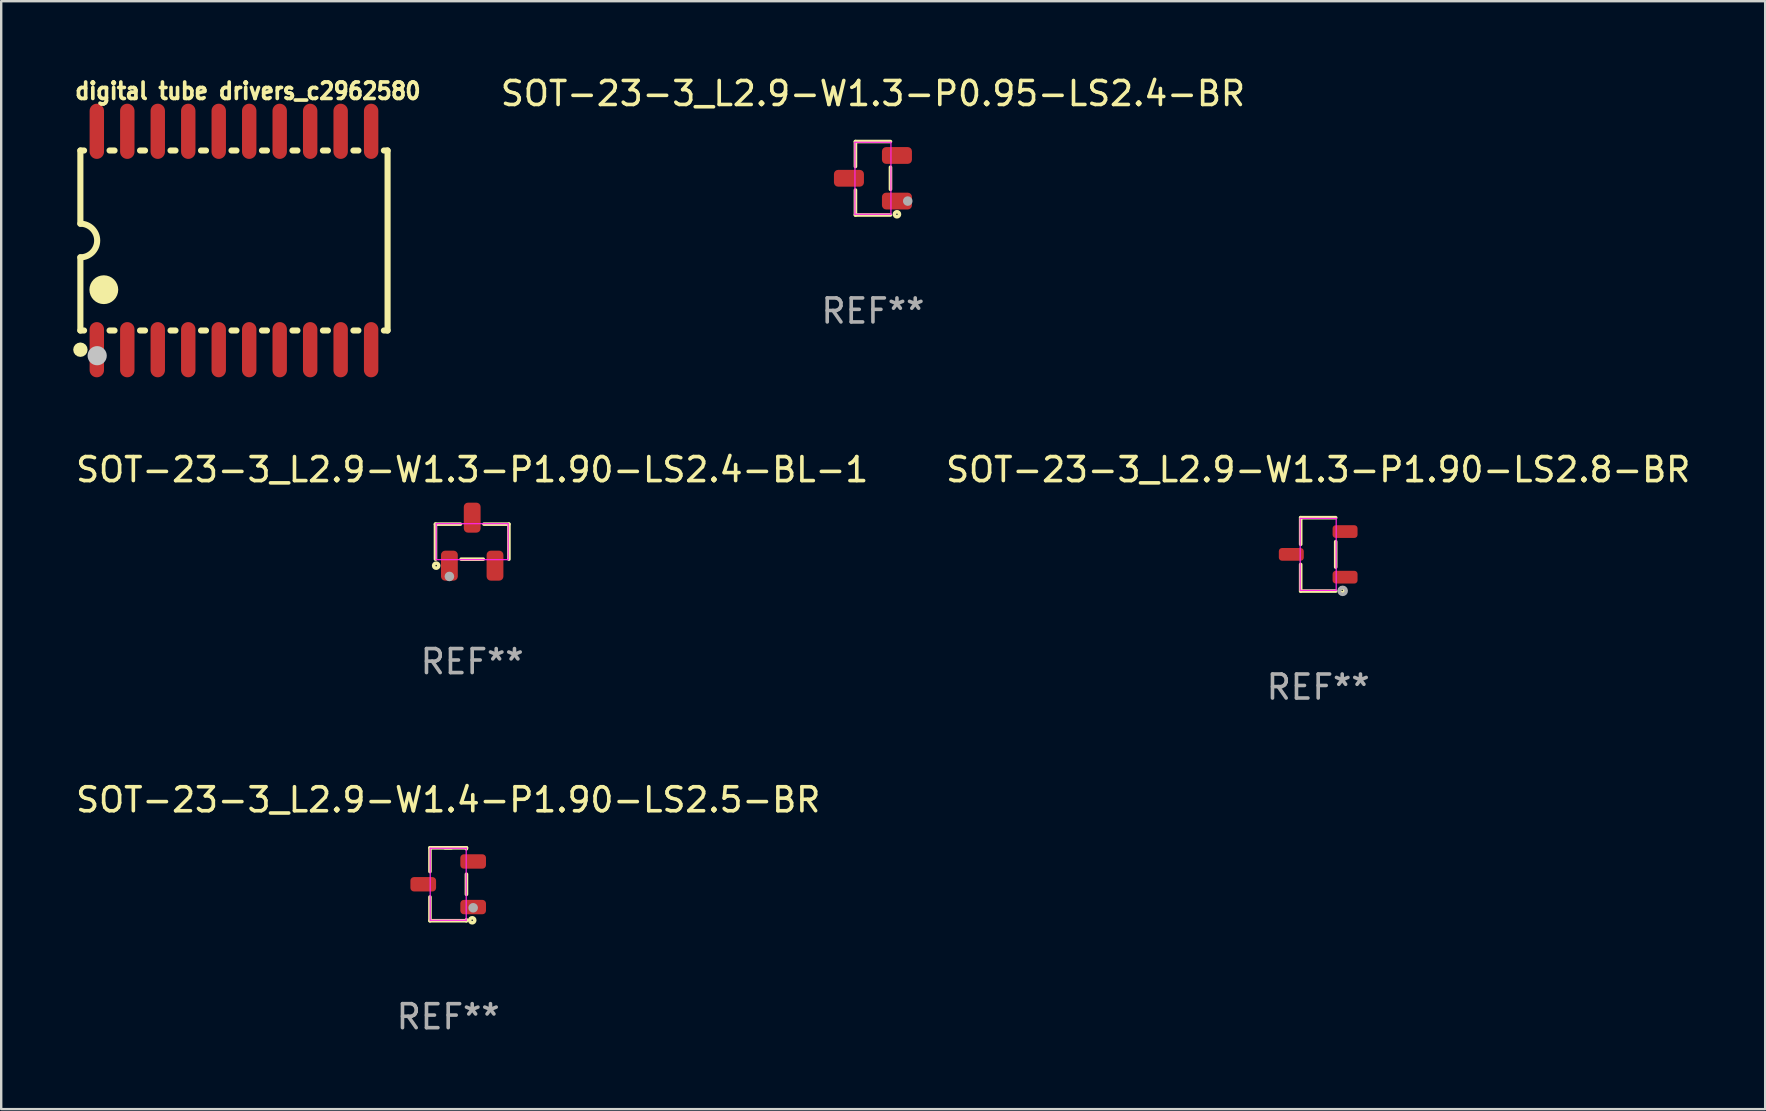
<source format=kicad_pcb>
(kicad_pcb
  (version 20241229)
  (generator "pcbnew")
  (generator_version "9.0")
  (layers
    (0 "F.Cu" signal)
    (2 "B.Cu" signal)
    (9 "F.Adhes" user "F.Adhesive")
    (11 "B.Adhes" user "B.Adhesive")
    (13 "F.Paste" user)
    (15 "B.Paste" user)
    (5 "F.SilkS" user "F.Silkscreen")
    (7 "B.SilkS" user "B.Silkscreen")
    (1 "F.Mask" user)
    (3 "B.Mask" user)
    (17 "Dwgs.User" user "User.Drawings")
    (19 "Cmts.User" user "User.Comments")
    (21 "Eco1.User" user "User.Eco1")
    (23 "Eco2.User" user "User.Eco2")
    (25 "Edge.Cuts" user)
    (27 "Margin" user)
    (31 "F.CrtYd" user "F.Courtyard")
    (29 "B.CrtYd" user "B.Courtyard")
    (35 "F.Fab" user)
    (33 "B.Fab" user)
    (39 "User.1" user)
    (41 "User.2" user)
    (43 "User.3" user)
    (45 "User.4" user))
  (footprint "SOT-23-3_L2.9-W1.4-P1.90-LS2.5-BR"
    (layer "F.Cu")
    (at 15.625 33.795)
    (property "Reference" "SOT-23-3_L2.9-W1.4-P1.90-LS2.5-BR" (at 0 -3.52 0) (layer "F.SilkS") (effects (font (size 1 1) (thickness 0.15))))
    (attr smd)
    (fp_line (start -0.76 -1.52) (end 0.13 -1.52) (stroke (width 0.15) (type solid)) (layer "F.SilkS"))
    (fp_line (start -0.76 -0.53) (end -0.76 -1.52) (stroke (width 0.15) (type solid)) (layer "F.SilkS"))
    (fp_line (start -0.76 1.52) (end -0.76 0.53) (stroke (width 0.15) (type solid)) (layer "F.SilkS"))
    (fp_line (start -0.13 -1.52) (end 0.76 -1.52) (stroke (width 0.15) (type solid)) (layer "F.SilkS"))
    (fp_line (start 0.76 -1.52) (end 0.76 -1.48) (stroke (width 0.15) (type solid)) (layer "F.SilkS"))
    (fp_line (start 0.76 -0.42) (end 0.76 0.42) (stroke (width 0.15) (type solid)) (layer "F.SilkS"))
    (fp_line (start 0.76 1.48) (end 0.76 1.52) (stroke (width 0.15) (type solid)) (layer "F.SilkS"))
    (fp_line (start 0.76 1.52) (end -0.76 1.52) (stroke (width 0.15) (type solid)) (layer "F.SilkS"))
    (fp_circle (center 1 1.5) (end 1.03 1.5) (stroke (width 0.15) (type solid)) (fill no) (layer "F.SilkS"))
    (fp_line (start -0.75 -1.5) (end 0.75 -1.5) (stroke (width 0.05) (type default)) (layer "F.CrtYd"))
    (fp_line (start -0.75 1.5) (end -0.75 -1.5) (stroke (width 0.05) (type default)) (layer "F.CrtYd"))
    (fp_line (start 0.75 -1.5) (end 0.75 1.5) (stroke (width 0.05) (type default)) (layer "F.CrtYd"))
    (fp_line (start 0.75 1.5) (end -0.75 1.5) (stroke (width 0.05) (type default)) (layer "F.CrtYd"))
    (fp_circle (center 1.04 0.98) (end 1.14 0.98) (stroke (width 0.2) (type solid)) (fill no) (layer "F.Fab"))
    (fp_text user "REF**" (at 0 5.52 0) (layer "F.Fab") (effects (font (size 1 1) (thickness 0.15))))
    (pad "1" smd roundrect (at 1.04 0.95) (size 1.07 0.6) (layers "F.Cu" "F.Mask" "F.Paste") (roundrect_rratio 0.25))
    (pad "2" smd roundrect (at 1.04 -0.95) (size 1.07 0.6) (layers "F.Cu" "F.Mask" "F.Paste") (roundrect_rratio 0.25))
    (pad "3" smd roundrect (at -1.04 0) (size 1.07 0.6) (layers "F.Cu" "F.Mask" "F.Paste") (roundrect_rratio 0.25)))
  (footprint "SOT-23-3_L2.9-W1.3-P1.90-LS2.4-BL-1"
    (layer "F.Cu")
    (at 16.625 19.519)
    (property "Reference" "SOT-23-3_L2.9-W1.3-P1.90-LS2.4-BL-1" (at 0 -3 0) (layer "F.SilkS") (effects (font (size 1 1) (thickness 0.15))))
    (attr smd)
    (fp_line (start -1.53 -0.73) (end -0.49 -0.73) (stroke (width 0.15) (type solid)) (layer "F.SilkS"))
    (fp_line (start -1.53 0.73) (end -1.53 -0.73) (stroke (width 0.15) (type solid)) (layer "F.SilkS"))
    (fp_line (start 0.46 0.73) (end -0.46 0.73) (stroke (width 0.15) (type solid)) (layer "F.SilkS"))
    (fp_line (start 1.53 -0.73) (end 0.49 -0.73) (stroke (width 0.15) (type solid)) (layer "F.SilkS"))
    (fp_line (start 1.53 0.73) (end 1.53 -0.73) (stroke (width 0.15) (type solid)) (layer "F.SilkS"))
    (fp_circle (center -1.5 1) (end -1.47 1) (stroke (width 0.15) (type solid)) (fill no) (layer "F.SilkS"))
    (fp_line (start -1.5 -0.75) (end 1.5 -0.75) (stroke (width 0.05) (type default)) (layer "F.CrtYd"))
    (fp_line (start -1.5 0.75) (end -1.5 -0.75) (stroke (width 0.05) (type default)) (layer "F.CrtYd"))
    (fp_line (start 1.5 -0.75) (end 1.5 0.75) (stroke (width 0.05) (type default)) (layer "F.CrtYd"))
    (fp_line (start 1.5 0.75) (end -1.5 0.75) (stroke (width 0.05) (type default)) (layer "F.CrtYd"))
    (fp_circle (center -0.95 1.45) (end -0.85 1.45) (stroke (width 0.2) (type solid)) (fill no) (layer "F.Fab"))
    (fp_text user "REF**" (at 0 5 0) (layer "F.Fab") (effects (font (size 1 1) (thickness 0.15))))
    (pad "1" smd roundrect (at -0.95 1 270) (size 1.25 0.7) (layers "F.Cu" "F.Mask" "F.Paste") (roundrect_rratio 0.25))
    (pad "2" smd roundrect (at 0.95 1 270) (size 1.25 0.7) (layers "F.Cu" "F.Mask" "F.Paste") (roundrect_rratio 0.25))
    (pad "3" smd roundrect (at 0 -1 270) (size 1.25 0.7) (layers "F.Cu" "F.Mask" "F.Paste") (roundrect_rratio 0.25)))
  (footprint "digital tube drivers_c2962580"
    (layer "F.Cu")
    (at 6.699 6.971)
    (property "Reference" "digital tube drivers_c2962580" (at -6.699 -5.827 0) (layer "F.SilkS") (effects (font (size 0.686 0.628) (thickness 0.152)) (justify left bottom)))
    (fp_line (start -6.4 -3.75) (end -6.4 -0.7) (stroke (width 0.254) (type default)) (layer "F.SilkS"))
    (fp_line (start -6.4 -3.75) (end -6.246 -3.75) (stroke (width 0.254) (type default)) (layer "F.SilkS"))
    (fp_line (start -6.4 3.75) (end -6.4 0.7) (stroke (width 0.254) (type default)) (layer "F.SilkS"))
    (fp_line (start -6.246 3.75) (end -6.4 3.75) (stroke (width 0.254) (type default)) (layer "F.SilkS"))
    (fp_line (start -5.184 -3.75) (end -4.976 -3.75) (stroke (width 0.254) (type default)) (layer "F.SilkS"))
    (fp_line (start -4.976 3.75) (end -5.184 3.75) (stroke (width 0.254) (type default)) (layer "F.SilkS"))
    (fp_line (start -3.914 -3.75) (end -3.706 -3.75) (stroke (width 0.254) (type default)) (layer "F.SilkS"))
    (fp_line (start -3.706 3.75) (end -3.914 3.75) (stroke (width 0.254) (type default)) (layer "F.SilkS"))
    (fp_line (start -2.644 -3.75) (end -2.436 -3.75) (stroke (width 0.254) (type default)) (layer "F.SilkS"))
    (fp_line (start -2.436 3.75) (end -2.644 3.75) (stroke (width 0.254) (type default)) (layer "F.SilkS"))
    (fp_line (start -1.374 -3.75) (end -1.166 -3.75) (stroke (width 0.254) (type default)) (layer "F.SilkS"))
    (fp_line (start -1.166 3.75) (end -1.374 3.75) (stroke (width 0.254) (type default)) (layer "F.SilkS"))
    (fp_line (start -0.104 -3.75) (end 0.104 -3.75) (stroke (width 0.254) (type default)) (layer "F.SilkS"))
    (fp_line (start 0.104 3.75) (end -0.104 3.75) (stroke (width 0.254) (type default)) (layer "F.SilkS"))
    (fp_line (start 1.166 -3.75) (end 1.374 -3.75) (stroke (width 0.254) (type default)) (layer "F.SilkS"))
    (fp_line (start 1.374 3.75) (end 1.166 3.75) (stroke (width 0.254) (type default)) (layer "F.SilkS"))
    (fp_line (start 2.436 -3.75) (end 2.644 -3.75) (stroke (width 0.254) (type default)) (layer "F.SilkS"))
    (fp_line (start 2.644 3.75) (end 2.436 3.75) (stroke (width 0.254) (type default)) (layer "F.SilkS"))
    (fp_line (start 3.706 -3.75) (end 3.914 -3.75) (stroke (width 0.254) (type default)) (layer "F.SilkS"))
    (fp_line (start 3.914 3.75) (end 3.706 3.75) (stroke (width 0.254) (type default)) (layer "F.SilkS"))
    (fp_line (start 4.976 -3.75) (end 5.184 -3.75) (stroke (width 0.254) (type default)) (layer "F.SilkS"))
    (fp_line (start 5.184 3.75) (end 4.976 3.75) (stroke (width 0.254) (type default)) (layer "F.SilkS"))
    (fp_line (start 6.246 -3.75) (end 6.4 -3.75) (stroke (width 0.254) (type default)) (layer "F.SilkS"))
    (fp_line (start 6.4 -3.75) (end 6.4 3.75) (stroke (width 0.254) (type default)) (layer "F.SilkS"))
    (fp_line (start 6.4 3.75) (end 6.246 3.75) (stroke (width 0.254) (type default)) (layer "F.SilkS"))
    (fp_arc (start -6.4 -0.7) (mid -5.703986 0.001) (end -6.401 0.701) (stroke (width 0.254) (type default)) (layer "F.SilkS"))
    (fp_arc (start -6.3975 4.4) (mid -6.39825 4.700003) (end -6.4 4.4) (stroke (width 0.3) (type default)) (layer "F.SilkS"))
    (fp_arc (start -5.4205 1.75) (mid -5.423 2.35001) (end -5.4255 1.75) (stroke (width 0.6) (type default)) (layer "F.SilkS"))
    (fp_circle (center -5.7 4.8) (end -5.5 4.8) (stroke (width 0.4) (type default)) (fill no) (layer "Dwgs.User"))
    (fp_poly (pts (xy -5.918 -4.4) (xy -5.918 -5.2) (xy -5.512 -5.2) (xy -5.512 -4.4)) (stroke (width 0.1) (type default)) (fill no) (layer "User.1"))
    (fp_poly (pts (xy -5.918 -3.74) (xy -5.918 -4.41) (xy -5.512 -4.41) (xy -5.512 -3.74)) (stroke (width 0.1) (type default)) (fill no) (layer "User.1"))
    (fp_poly (pts (xy -5.918 4.41) (xy -5.918 3.74) (xy -5.512 3.74) (xy -5.512 4.41)) (stroke (width 0.1) (type default)) (fill no) (layer "User.1"))
    (fp_poly (pts (xy -5.918 5.2) (xy -5.918 4.4) (xy -5.512 4.4) (xy -5.512 5.2)) (stroke (width 0.1) (type default)) (fill no) (layer "User.1"))
    (fp_poly (pts (xy -4.648 -4.4) (xy -4.648 -5.2) (xy -4.242 -5.2) (xy -4.242 -4.4)) (stroke (width 0.1) (type default)) (fill no) (layer "User.1"))
    (fp_poly (pts (xy -4.648 -3.74) (xy -4.648 -4.41) (xy -4.242 -4.41) (xy -4.242 -3.74)) (stroke (width 0.1) (type default)) (fill no) (layer "User.1"))
    (fp_poly (pts (xy -4.648 4.41) (xy -4.648 3.74) (xy -4.242 3.74) (xy -4.242 4.41)) (stroke (width 0.1) (type default)) (fill no) (layer "User.1"))
    (fp_poly (pts (xy -4.648 5.2) (xy -4.648 4.4) (xy -4.242 4.4) (xy -4.242 5.2)) (stroke (width 0.1) (type default)) (fill no) (layer "User.1"))
    (fp_poly (pts (xy -3.378 -4.4) (xy -3.378 -5.2) (xy -2.972 -5.2) (xy -2.972 -4.4)) (stroke (width 0.1) (type default)) (fill no) (layer "User.1"))
    (fp_poly (pts (xy -3.378 -3.74) (xy -3.378 -4.41) (xy -2.972 -4.41) (xy -2.972 -3.74)) (stroke (width 0.1) (type default)) (fill no) (layer "User.1"))
    (fp_poly (pts (xy -3.378 4.41) (xy -3.378 3.74) (xy -2.972 3.74) (xy -2.972 4.41)) (stroke (width 0.1) (type default)) (fill no) (layer "User.1"))
    (fp_poly (pts (xy -3.378 5.2) (xy -3.378 4.4) (xy -2.972 4.4) (xy -2.972 5.2)) (stroke (width 0.1) (type default)) (fill no) (layer "User.1"))
    (fp_poly (pts (xy -2.108 -4.4) (xy -2.108 -5.2) (xy -1.702 -5.2) (xy -1.702 -4.4)) (stroke (width 0.1) (type default)) (fill no) (layer "User.1"))
    (fp_poly (pts (xy -2.108 -3.74) (xy -2.108 -4.41) (xy -1.702 -4.41) (xy -1.702 -3.74)) (stroke (width 0.1) (type default)) (fill no) (layer "User.1"))
    (fp_poly (pts (xy -2.108 4.41) (xy -2.108 3.74) (xy -1.702 3.74) (xy -1.702 4.41)) (stroke (width 0.1) (type default)) (fill no) (layer "User.1"))
    (fp_poly (pts (xy -2.108 5.2) (xy -2.108 4.4) (xy -1.702 4.4) (xy -1.702 5.2)) (stroke (width 0.1) (type default)) (fill no) (layer "User.1"))
    (fp_poly (pts (xy -0.838 -4.4) (xy -0.838 -5.2) (xy -0.432 -5.2) (xy -0.432 -4.4)) (stroke (width 0.1) (type default)) (fill no) (layer "User.1"))
    (fp_poly (pts (xy -0.838 -3.74) (xy -0.838 -4.41) (xy -0.432 -4.41) (xy -0.432 -3.74)) (stroke (width 0.1) (type default)) (fill no) (layer "User.1"))
    (fp_poly (pts (xy -0.838 4.41) (xy -0.838 3.74) (xy -0.432 3.74) (xy -0.432 4.41)) (stroke (width 0.1) (type default)) (fill no) (layer "User.1"))
    (fp_poly (pts (xy -0.838 5.2) (xy -0.838 4.4) (xy -0.432 4.4) (xy -0.432 5.2)) (stroke (width 0.1) (type default)) (fill no) (layer "User.1"))
    (fp_poly (pts (xy 0.432 -4.4) (xy 0.432 -5.2) (xy 0.838 -5.2) (xy 0.838 -4.4)) (stroke (width 0.1) (type default)) (fill no) (layer "User.1"))
    (fp_poly (pts (xy 0.432 -3.74) (xy 0.432 -4.41) (xy 0.838 -4.41) (xy 0.838 -3.74)) (stroke (width 0.1) (type default)) (fill no) (layer "User.1"))
    (fp_poly (pts (xy 0.432 4.41) (xy 0.432 3.74) (xy 0.838 3.74) (xy 0.838 4.41)) (stroke (width 0.1) (type default)) (fill no) (layer "User.1"))
    (fp_poly (pts (xy 0.432 5.2) (xy 0.432 4.4) (xy 0.838 4.4) (xy 0.838 5.2)) (stroke (width 0.1) (type default)) (fill no) (layer "User.1"))
    (fp_poly (pts (xy 1.702 -4.4) (xy 1.702 -5.2) (xy 2.108 -5.2) (xy 2.108 -4.4)) (stroke (width 0.1) (type default)) (fill no) (layer "User.1"))
    (fp_poly (pts (xy 1.702 -3.74) (xy 1.702 -4.41) (xy 2.108 -4.41) (xy 2.108 -3.74)) (stroke (width 0.1) (type default)) (fill no) (layer "User.1"))
    (fp_poly (pts (xy 1.702 4.41) (xy 1.702 3.74) (xy 2.108 3.74) (xy 2.108 4.41)) (stroke (width 0.1) (type default)) (fill no) (layer "User.1"))
    (fp_poly (pts (xy 1.702 5.2) (xy 1.702 4.4) (xy 2.108 4.4) (xy 2.108 5.2)) (stroke (width 0.1) (type default)) (fill no) (layer "User.1"))
    (fp_poly (pts (xy 2.972 -4.4) (xy 2.972 -5.2) (xy 3.378 -5.2) (xy 3.378 -4.4)) (stroke (width 0.1) (type default)) (fill no) (layer "User.1"))
    (fp_poly (pts (xy 2.972 -3.74) (xy 2.972 -4.41) (xy 3.378 -4.41) (xy 3.378 -3.74)) (stroke (width 0.1) (type default)) (fill no) (layer "User.1"))
    (fp_poly (pts (xy 2.972 4.41) (xy 2.972 3.74) (xy 3.378 3.74) (xy 3.378 4.41)) (stroke (width 0.1) (type default)) (fill no) (layer "User.1"))
    (fp_poly (pts (xy 2.972 5.2) (xy 2.972 4.4) (xy 3.378 4.4) (xy 3.378 5.2)) (stroke (width 0.1) (type default)) (fill no) (layer "User.1"))
    (fp_poly (pts (xy 4.242 -4.4) (xy 4.242 -5.2) (xy 4.648 -5.2) (xy 4.648 -4.4)) (stroke (width 0.1) (type default)) (fill no) (layer "User.1"))
    (fp_poly (pts (xy 4.242 -3.74) (xy 4.242 -4.41) (xy 4.648 -4.41) (xy 4.648 -3.74)) (stroke (width 0.1) (type default)) (fill no) (layer "User.1"))
    (fp_poly (pts (xy 4.242 4.41) (xy 4.242 3.74) (xy 4.648 3.74) (xy 4.648 4.41)) (stroke (width 0.1) (type default)) (fill no) (layer "User.1"))
    (fp_poly (pts (xy 4.242 5.2) (xy 4.242 4.4) (xy 4.648 4.4) (xy 4.648 5.2)) (stroke (width 0.1) (type default)) (fill no) (layer "User.1"))
    (fp_poly (pts (xy 5.512 -4.4) (xy 5.512 -5.2) (xy 5.918 -5.2) (xy 5.918 -4.4)) (stroke (width 0.1) (type default)) (fill no) (layer "User.1"))
    (fp_poly (pts (xy 5.512 -3.74) (xy 5.512 -4.41) (xy 5.918 -4.41) (xy 5.918 -3.74)) (stroke (width 0.1) (type default)) (fill no) (layer "User.1"))
    (fp_poly (pts (xy 5.512 4.41) (xy 5.512 3.74) (xy 5.918 3.74) (xy 5.918 4.41)) (stroke (width 0.1) (type default)) (fill no) (layer "User.1"))
    (fp_poly (pts (xy 5.512 5.2) (xy 5.512 4.4) (xy 5.918 4.4) (xy 5.918 5.2)) (stroke (width 0.1) (type default)) (fill no) (layer "User.1"))
    (fp_line (start -6.4 -3.75) (end 6.4 -3.75) (stroke (width 0.051) (type default)) (layer "User.2"))
    (fp_line (start -6.4 3.75) (end -6.4 -3.75) (stroke (width 0.051) (type default)) (layer "User.2"))
    (fp_line (start 6.4 -3.75) (end 6.4 3.75) (stroke (width 0.051) (type default)) (layer "User.2"))
    (fp_line (start 6.4 3.75) (end -6.4 3.75) (stroke (width 0.051) (type default)) (layer "User.2"))
    (fp_poly (pts (xy -6.34 5.2) (xy -6.358 5.158) (xy -6.4 5.14) (xy -6.442 5.158) (xy -6.46 5.2) (xy -6.442 5.242) (xy -6.4 5.26) (xy -6.358 5.242)) (stroke (width 0.1) (type default)) (fill no) (layer "User.3"))
    (pad "1" smd oval (at -5.715 4.55 180) (size 0.6 2.3) (layers "F.Cu" "F.Mask" "F.Paste"))
    (pad "2" smd oval (at -4.445 4.55 180) (size 0.6 2.3) (layers "F.Cu" "F.Mask" "F.Paste"))
    (pad "3" smd oval (at -3.175 4.55 180) (size 0.6 2.3) (layers "F.Cu" "F.Mask" "F.Paste"))
    (pad "4" smd oval (at -1.905 4.55 180) (size 0.6 2.3) (layers "F.Cu" "F.Mask" "F.Paste"))
    (pad "5" smd oval (at -0.635 4.55 180) (size 0.6 2.3) (layers "F.Cu" "F.Mask" "F.Paste"))
    (pad "6" smd oval (at 0.635 4.55 180) (size 0.6 2.3) (layers "F.Cu" "F.Mask" "F.Paste"))
    (pad "7" smd oval (at 1.905 4.55 180) (size 0.6 2.3) (layers "F.Cu" "F.Mask" "F.Paste"))
    (pad "8" smd oval (at 3.175 4.55 180) (size 0.6 2.3) (layers "F.Cu" "F.Mask" "F.Paste"))
    (pad "9" smd oval (at 4.445 4.55 180) (size 0.6 2.3) (layers "F.Cu" "F.Mask" "F.Paste"))
    (pad "10" smd oval (at 5.715 4.55 180) (size 0.6 2.3) (layers "F.Cu" "F.Mask" "F.Paste"))
    (pad "11" smd oval (at 5.715 -4.55 180) (size 0.6 2.3) (layers "F.Cu" "F.Mask" "F.Paste"))
    (pad "12" smd oval (at 4.445 -4.55 180) (size 0.6 2.3) (layers "F.Cu" "F.Mask" "F.Paste"))
    (pad "13" smd oval (at 3.175 -4.55 180) (size 0.6 2.3) (layers "F.Cu" "F.Mask" "F.Paste"))
    (pad "14" smd oval (at 1.905 -4.55 180) (size 0.6 2.3) (layers "F.Cu" "F.Mask" "F.Paste"))
    (pad "15" smd oval (at 0.635 -4.55 180) (size 0.6 2.3) (layers "F.Cu" "F.Mask" "F.Paste"))
    (pad "16" smd oval (at -0.635 -4.55 180) (size 0.6 2.3) (layers "F.Cu" "F.Mask" "F.Paste"))
    (pad "17" smd oval (at -1.905 -4.55 180) (size 0.6 2.3) (layers "F.Cu" "F.Mask" "F.Paste"))
    (pad "18" smd oval (at -3.175 -4.55 180) (size 0.6 2.3) (layers "F.Cu" "F.Mask" "F.Paste"))
    (pad "19" smd oval (at -4.445 -4.55 180) (size 0.6 2.3) (layers "F.Cu" "F.Mask" "F.Paste"))
    (pad "20" smd oval (at -5.715 -4.55 180) (size 0.6 2.3) (layers "F.Cu" "F.Mask" "F.Paste")))
  (footprint "SOT-23-3_L2.9-W1.3-P1.90-LS2.8-BR"
    (layer "F.Cu")
    (at 51.875 20.049)
    (property "Reference" "SOT-23-3_L2.9-W1.3-P1.90-LS2.8-BR" (at 0 -3.53 0) (layer "F.SilkS") (effects (font (size 1 1) (thickness 0.15))))
    (attr smd)
    (fp_line (start -0.73 -1.53) (end -0.73 -0.42) (stroke (width 0.15) (type solid)) (layer "F.SilkS"))
    (fp_line (start -0.73 1.53) (end -0.73 0.42) (stroke (width 0.15) (type solid)) (layer "F.SilkS"))
    (fp_line (start 0.73 -1.53) (end -0.73 -1.53) (stroke (width 0.15) (type solid)) (layer "F.SilkS"))
    (fp_line (start 0.73 0.53) (end 0.73 -0.53) (stroke (width 0.15) (type solid)) (layer "F.SilkS"))
    (fp_line (start 0.73 1.53) (end -0.73 1.53) (stroke (width 0.15) (type solid)) (layer "F.SilkS"))
    (fp_circle (center 1 1.5) (end 1.03 1.5) (stroke (width 0.15) (type solid)) (fill no) (layer "F.SilkS"))
    (fp_line (start -0.75 -1.5) (end 0.75 -1.5) (stroke (width 0.05) (type default)) (layer "F.CrtYd"))
    (fp_line (start -0.75 1.5) (end -0.75 -1.5) (stroke (width 0.05) (type default)) (layer "F.CrtYd"))
    (fp_line (start 0.75 -1.5) (end 0.75 1.5) (stroke (width 0.05) (type default)) (layer "F.CrtYd"))
    (fp_line (start 0.75 1.5) (end -0.75 1.5) (stroke (width 0.05) (type default)) (layer "F.CrtYd"))
    (fp_circle (center 1.02 1.52) (end 1.09 1.52) (stroke (width 0.15) (type solid)) (fill no) (layer "F.Fab"))
    (fp_text user "REF**" (at 0 5.53 0) (layer "F.Fab") (effects (font (size 1 1) (thickness 0.15))))
    (pad "1" smd roundrect (at 1.12 0.95 90) (size 0.53 1.04) (layers "F.Cu" "F.Mask" "F.Paste") (roundrect_rratio 0.25))
    (pad "2" smd roundrect (at 1.12 -0.95 90) (size 0.53 1.04) (layers "F.Cu" "F.Mask" "F.Paste") (roundrect_rratio 0.25))
    (pad "3" smd roundrect (at -1.12 0 90) (size 0.53 1.04) (layers "F.Cu" "F.Mask" "F.Paste") (roundrect_rratio 0.25)))
  (footprint "SOT-23-3_L2.9-W1.3-P0.95-LS2.4-BR"
    (layer "F.Cu")
    (at 33.323 4.378)
    (property "Reference" "SOT-23-3_L2.9-W1.3-P0.95-LS2.4-BR" (at 0 -3.53 0) (layer "F.SilkS") (effects (font (size 1 1) (thickness 0.15))))
    (attr smd)
    (fp_line (start -0.73 -1.53) (end -0.73 -0.49) (stroke (width 0.15) (type solid)) (layer "F.SilkS"))
    (fp_line (start -0.73 1.53) (end -0.73 0.49) (stroke (width 0.15) (type solid)) (layer "F.SilkS"))
    (fp_line (start 0.73 -1.53) (end -0.73 -1.53) (stroke (width 0.15) (type solid)) (layer "F.SilkS"))
    (fp_line (start 0.73 -0.46) (end 0.73 0.46) (stroke (width 0.15) (type solid)) (layer "F.SilkS"))
    (fp_line (start 0.73 1.53) (end -0.73 1.53) (stroke (width 0.15) (type solid)) (layer "F.SilkS"))
    (fp_circle (center 1 1.5) (end 1.03 1.5) (stroke (width 0.15) (type solid)) (fill no) (layer "F.SilkS"))
    (fp_line (start -0.75 -1.5) (end -0.75 1.5) (stroke (width 0.05) (type default)) (layer "F.CrtYd"))
    (fp_line (start -0.75 1.5) (end 0.75 1.5) (stroke (width 0.05) (type default)) (layer "F.CrtYd"))
    (fp_line (start 0.75 -1.5) (end -0.75 -1.5) (stroke (width 0.05) (type default)) (layer "F.CrtYd"))
    (fp_line (start 0.75 1.5) (end 0.75 -1.5) (stroke (width 0.05) (type default)) (layer "F.CrtYd"))
    (fp_circle (center 1.45 0.95) (end 1.55 0.95) (stroke (width 0.2) (type solid)) (fill no) (layer "F.Fab"))
    (fp_text user "REF**" (at 0 5.53 0) (layer "F.Fab") (effects (font (size 1 1) (thickness 0.15))))
    (pad "1" smd roundrect (at 1 0.95) (size 1.25 0.7) (layers "F.Cu" "F.Mask" "F.Paste") (roundrect_rratio 0.25))
    (pad "2" smd roundrect (at 1 -0.95) (size 1.25 0.7) (layers "F.Cu" "F.Mask" "F.Paste") (roundrect_rratio 0.25))
    (pad "3" smd roundrect (at -1 0) (size 1.25 0.7) (layers "F.Cu" "F.Mask" "F.Paste") (roundrect_rratio 0.25)))
  (gr_rect
    (start -3 -3)
    (end 70.5 43.163)
    (stroke (width 0.1) (type default))
    (fill no)
    (layer "Edge.Cuts")))
</source>
